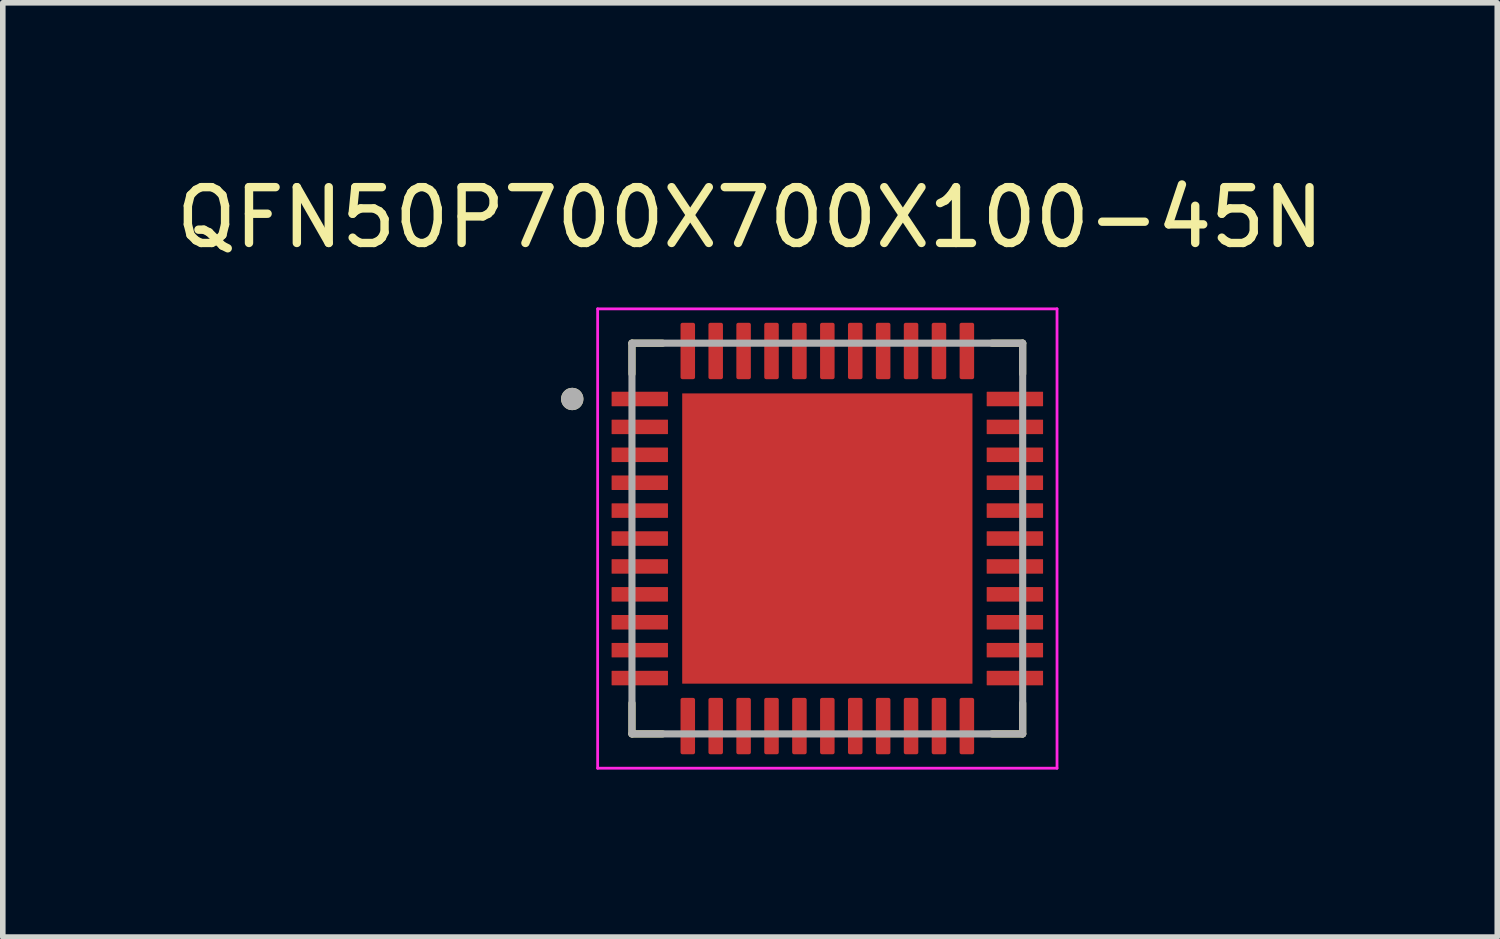
<source format=kicad_pcb>
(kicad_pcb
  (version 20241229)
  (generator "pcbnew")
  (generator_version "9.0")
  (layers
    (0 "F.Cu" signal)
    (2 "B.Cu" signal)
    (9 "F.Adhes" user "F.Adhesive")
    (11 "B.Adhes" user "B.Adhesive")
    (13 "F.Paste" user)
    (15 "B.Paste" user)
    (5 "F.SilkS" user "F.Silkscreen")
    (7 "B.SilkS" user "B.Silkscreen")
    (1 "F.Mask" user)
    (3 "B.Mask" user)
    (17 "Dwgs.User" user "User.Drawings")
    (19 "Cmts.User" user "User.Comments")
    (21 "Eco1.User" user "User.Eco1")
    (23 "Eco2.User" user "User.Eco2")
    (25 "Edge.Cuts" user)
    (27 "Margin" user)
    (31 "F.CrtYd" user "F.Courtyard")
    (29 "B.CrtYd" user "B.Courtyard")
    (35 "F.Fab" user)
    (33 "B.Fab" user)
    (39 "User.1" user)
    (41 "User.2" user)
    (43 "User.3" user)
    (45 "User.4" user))
  (footprint "QFN50P700X700X100-45N"
    (layer "F.Cu")
    (at 11.772 6.598)
    (property "Reference" "QFN50P700X700X100-45N" (at -1.385 -5.75 0) (layer "F.SilkS") (effects (font (size 1 1) (thickness 0.15))))
    (attr through_hole)
    (fp_line (start -3.5 -3.5) (end -3.5 -2.95) (stroke (width 0.127) (type solid)) (layer "F.SilkS"))
    (fp_line (start -3.5 -3.5) (end -2.95 -3.5) (stroke (width 0.127) (type solid)) (layer "F.SilkS"))
    (fp_line (start -3.5 3.5) (end -3.5 2.95) (stroke (width 0.127) (type solid)) (layer "F.SilkS"))
    (fp_line (start -3.5 3.5) (end -2.95 3.5) (stroke (width 0.127) (type solid)) (layer "F.SilkS"))
    (fp_line (start 3.5 -3.5) (end 2.95 -3.5) (stroke (width 0.127) (type solid)) (layer "F.SilkS"))
    (fp_line (start 3.5 -3.5) (end 3.5 -2.95) (stroke (width 0.127) (type solid)) (layer "F.SilkS"))
    (fp_line (start 3.5 3.5) (end 2.95 3.5) (stroke (width 0.127) (type solid)) (layer "F.SilkS"))
    (fp_line (start 3.5 3.5) (end 3.5 2.95) (stroke (width 0.127) (type solid)) (layer "F.SilkS"))
    (fp_circle (center -4.57 -2.5) (end -4.47 -2.5) (stroke (width 0.2) (type solid)) (fill no) (layer "F.SilkS"))
    (fp_poly (pts (xy -2.12 -2.12) (xy -0.48 -2.12) (xy -0.48 -0.48) (xy -2.12 -0.48)) (stroke (width 0.01) (type solid)) (fill yes) (layer "F.Paste"))
    (fp_poly (pts (xy -2.12 0.48) (xy -0.48 0.48) (xy -0.48 2.12) (xy -2.12 2.12)) (stroke (width 0.01) (type solid)) (fill yes) (layer "F.Paste"))
    (fp_poly (pts (xy 0.48 -2.12) (xy 2.12 -2.12) (xy 2.12 -0.48) (xy 0.48 -0.48)) (stroke (width 0.01) (type solid)) (fill yes) (layer "F.Paste"))
    (fp_poly (pts (xy 0.48 0.48) (xy 2.12 0.48) (xy 2.12 2.12) (xy 0.48 2.12)) (stroke (width 0.01) (type solid)) (fill yes) (layer "F.Paste"))
    (fp_line (start -4.115 -4.115) (end 4.115 -4.115) (stroke (width 0.05) (type solid)) (layer "F.CrtYd"))
    (fp_line (start -4.115 4.115) (end -4.115 -4.115) (stroke (width 0.05) (type solid)) (layer "F.CrtYd"))
    (fp_line (start -4.115 4.115) (end 4.115 4.115) (stroke (width 0.05) (type solid)) (layer "F.CrtYd"))
    (fp_line (start 4.115 4.115) (end 4.115 -4.115) (stroke (width 0.05) (type solid)) (layer "F.CrtYd"))
    (fp_line (start -3.5 3.5) (end -3.5 -3.5) (stroke (width 0.127) (type solid)) (layer "F.Fab"))
    (fp_line (start 3.5 -3.5) (end -3.5 -3.5) (stroke (width 0.127) (type solid)) (layer "F.Fab"))
    (fp_line (start 3.5 3.5) (end -3.5 3.5) (stroke (width 0.127) (type solid)) (layer "F.Fab"))
    (fp_line (start 3.5 3.5) (end 3.5 -3.5) (stroke (width 0.127) (type solid)) (layer "F.Fab"))
    (fp_circle (center -4.57 -2.5) (end -4.47 -2.5) (stroke (width 0.2) (type solid)) (fill no) (layer "F.Fab"))
    (pad "1" smd roundrect (at -3.36 -2.5) (size 1.01 0.26) (layers "F.Cu" "F.Mask" "F.Paste") (roundrect_rratio 0.03))
    (pad "2" smd roundrect (at -3.36 -2) (size 1.01 0.26) (layers "F.Cu" "F.Mask" "F.Paste") (roundrect_rratio 0.03))
    (pad "3" smd roundrect (at -3.36 -1.5) (size 1.01 0.26) (layers "F.Cu" "F.Mask" "F.Paste") (roundrect_rratio 0.03))
    (pad "4" smd roundrect (at -3.36 -1) (size 1.01 0.26) (layers "F.Cu" "F.Mask" "F.Paste") (roundrect_rratio 0.03))
    (pad "5" smd roundrect (at -3.36 -0.5) (size 1.01 0.26) (layers "F.Cu" "F.Mask" "F.Paste") (roundrect_rratio 0.03))
    (pad "6" smd roundrect (at -3.36 0) (size 1.01 0.26) (layers "F.Cu" "F.Mask" "F.Paste") (roundrect_rratio 0.03))
    (pad "7" smd roundrect (at -3.36 0.5) (size 1.01 0.26) (layers "F.Cu" "F.Mask" "F.Paste") (roundrect_rratio 0.03))
    (pad "8" smd roundrect (at -3.36 1) (size 1.01 0.26) (layers "F.Cu" "F.Mask" "F.Paste") (roundrect_rratio 0.03))
    (pad "9" smd roundrect (at -3.36 1.5) (size 1.01 0.26) (layers "F.Cu" "F.Mask" "F.Paste") (roundrect_rratio 0.03))
    (pad "10" smd roundrect (at -3.36 2) (size 1.01 0.26) (layers "F.Cu" "F.Mask" "F.Paste") (roundrect_rratio 0.03))
    (pad "11" smd roundrect (at -3.36 2.5) (size 1.01 0.26) (layers "F.Cu" "F.Mask" "F.Paste") (roundrect_rratio 0.03))
    (pad "12" smd roundrect (at -2.5 3.36) (size 0.26 1.01) (layers "F.Cu" "F.Mask" "F.Paste") (roundrect_rratio 0.13))
    (pad "13" smd roundrect (at -2 3.36) (size 0.26 1.01) (layers "F.Cu" "F.Mask" "F.Paste") (roundrect_rratio 0.13))
    (pad "14" smd roundrect (at -1.5 3.36) (size 0.26 1.01) (layers "F.Cu" "F.Mask" "F.Paste") (roundrect_rratio 0.13))
    (pad "15" smd roundrect (at -1 3.36) (size 0.26 1.01) (layers "F.Cu" "F.Mask" "F.Paste") (roundrect_rratio 0.13))
    (pad "16" smd roundrect (at -0.5 3.36) (size 0.26 1.01) (layers "F.Cu" "F.Mask" "F.Paste") (roundrect_rratio 0.13))
    (pad "17" smd roundrect (at 0 3.36) (size 0.26 1.01) (layers "F.Cu" "F.Mask" "F.Paste") (roundrect_rratio 0.13))
    (pad "18" smd roundrect (at 0.5 3.36) (size 0.26 1.01) (layers "F.Cu" "F.Mask" "F.Paste") (roundrect_rratio 0.13))
    (pad "19" smd roundrect (at 1 3.36) (size 0.26 1.01) (layers "F.Cu" "F.Mask" "F.Paste") (roundrect_rratio 0.13))
    (pad "20" smd roundrect (at 1.5 3.36) (size 0.26 1.01) (layers "F.Cu" "F.Mask" "F.Paste") (roundrect_rratio 0.13))
    (pad "21" smd roundrect (at 2 3.36) (size 0.26 1.01) (layers "F.Cu" "F.Mask" "F.Paste") (roundrect_rratio 0.13))
    (pad "22" smd roundrect (at 2.5 3.36) (size 0.26 1.01) (layers "F.Cu" "F.Mask" "F.Paste") (roundrect_rratio 0.13))
    (pad "23" smd roundrect (at 3.36 2.5) (size 1.01 0.26) (layers "F.Cu" "F.Mask" "F.Paste") (roundrect_rratio 0.03))
    (pad "24" smd roundrect (at 3.36 2) (size 1.01 0.26) (layers "F.Cu" "F.Mask" "F.Paste") (roundrect_rratio 0.03))
    (pad "25" smd roundrect (at 3.36 1.5) (size 1.01 0.26) (layers "F.Cu" "F.Mask" "F.Paste") (roundrect_rratio 0.03))
    (pad "26" smd roundrect (at 3.36 1) (size 1.01 0.26) (layers "F.Cu" "F.Mask" "F.Paste") (roundrect_rratio 0.03))
    (pad "27" smd roundrect (at 3.36 0.5) (size 1.01 0.26) (layers "F.Cu" "F.Mask" "F.Paste") (roundrect_rratio 0.03))
    (pad "28" smd roundrect (at 3.36 0) (size 1.01 0.26) (layers "F.Cu" "F.Mask" "F.Paste") (roundrect_rratio 0.03))
    (pad "29" smd roundrect (at 3.36 -0.5) (size 1.01 0.26) (layers "F.Cu" "F.Mask" "F.Paste") (roundrect_rratio 0.03))
    (pad "30" smd roundrect (at 3.36 -1) (size 1.01 0.26) (layers "F.Cu" "F.Mask" "F.Paste") (roundrect_rratio 0.03))
    (pad "31" smd roundrect (at 3.36 -1.5) (size 1.01 0.26) (layers "F.Cu" "F.Mask" "F.Paste") (roundrect_rratio 0.03))
    (pad "32" smd roundrect (at 3.36 -2) (size 1.01 0.26) (layers "F.Cu" "F.Mask" "F.Paste") (roundrect_rratio 0.03))
    (pad "33" smd roundrect (at 3.36 -2.5) (size 1.01 0.26) (layers "F.Cu" "F.Mask" "F.Paste") (roundrect_rratio 0.03))
    (pad "34" smd roundrect (at 2.5 -3.36) (size 0.26 1.01) (layers "F.Cu" "F.Mask" "F.Paste") (roundrect_rratio 0.13))
    (pad "35" smd roundrect (at 2 -3.36) (size 0.26 1.01) (layers "F.Cu" "F.Mask" "F.Paste") (roundrect_rratio 0.13))
    (pad "36" smd roundrect (at 1.5 -3.36) (size 0.26 1.01) (layers "F.Cu" "F.Mask" "F.Paste") (roundrect_rratio 0.13))
    (pad "37" smd roundrect (at 1 -3.36) (size 0.26 1.01) (layers "F.Cu" "F.Mask" "F.Paste") (roundrect_rratio 0.13))
    (pad "38" smd roundrect (at 0.5 -3.36) (size 0.26 1.01) (layers "F.Cu" "F.Mask" "F.Paste") (roundrect_rratio 0.13))
    (pad "39" smd roundrect (at 0 -3.36) (size 0.26 1.01) (layers "F.Cu" "F.Mask" "F.Paste") (roundrect_rratio 0.13))
    (pad "40" smd roundrect (at -0.5 -3.36) (size 0.26 1.01) (layers "F.Cu" "F.Mask" "F.Paste") (roundrect_rratio 0.13))
    (pad "41" smd roundrect (at -1 -3.36) (size 0.26 1.01) (layers "F.Cu" "F.Mask" "F.Paste") (roundrect_rratio 0.13))
    (pad "42" smd roundrect (at -1.5 -3.36) (size 0.26 1.01) (layers "F.Cu" "F.Mask" "F.Paste") (roundrect_rratio 0.13))
    (pad "43" smd roundrect (at -2 -3.36) (size 0.26 1.01) (layers "F.Cu" "F.Mask" "F.Paste") (roundrect_rratio 0.13))
    (pad "44" smd roundrect (at -2.5 -3.36) (size 0.26 1.01) (layers "F.Cu" "F.Mask" "F.Paste") (roundrect_rratio 0.13))
    (pad "45" smd rect (at 0 0) (size 5.2 5.2) (layers "F.Cu" "F.Mask")))
  (gr_rect
    (start -3 -3)
    (end 23.774 13.738)
    (stroke (width 0.1) (type default))
    (fill no)
    (layer "Edge.Cuts")))
</source>
